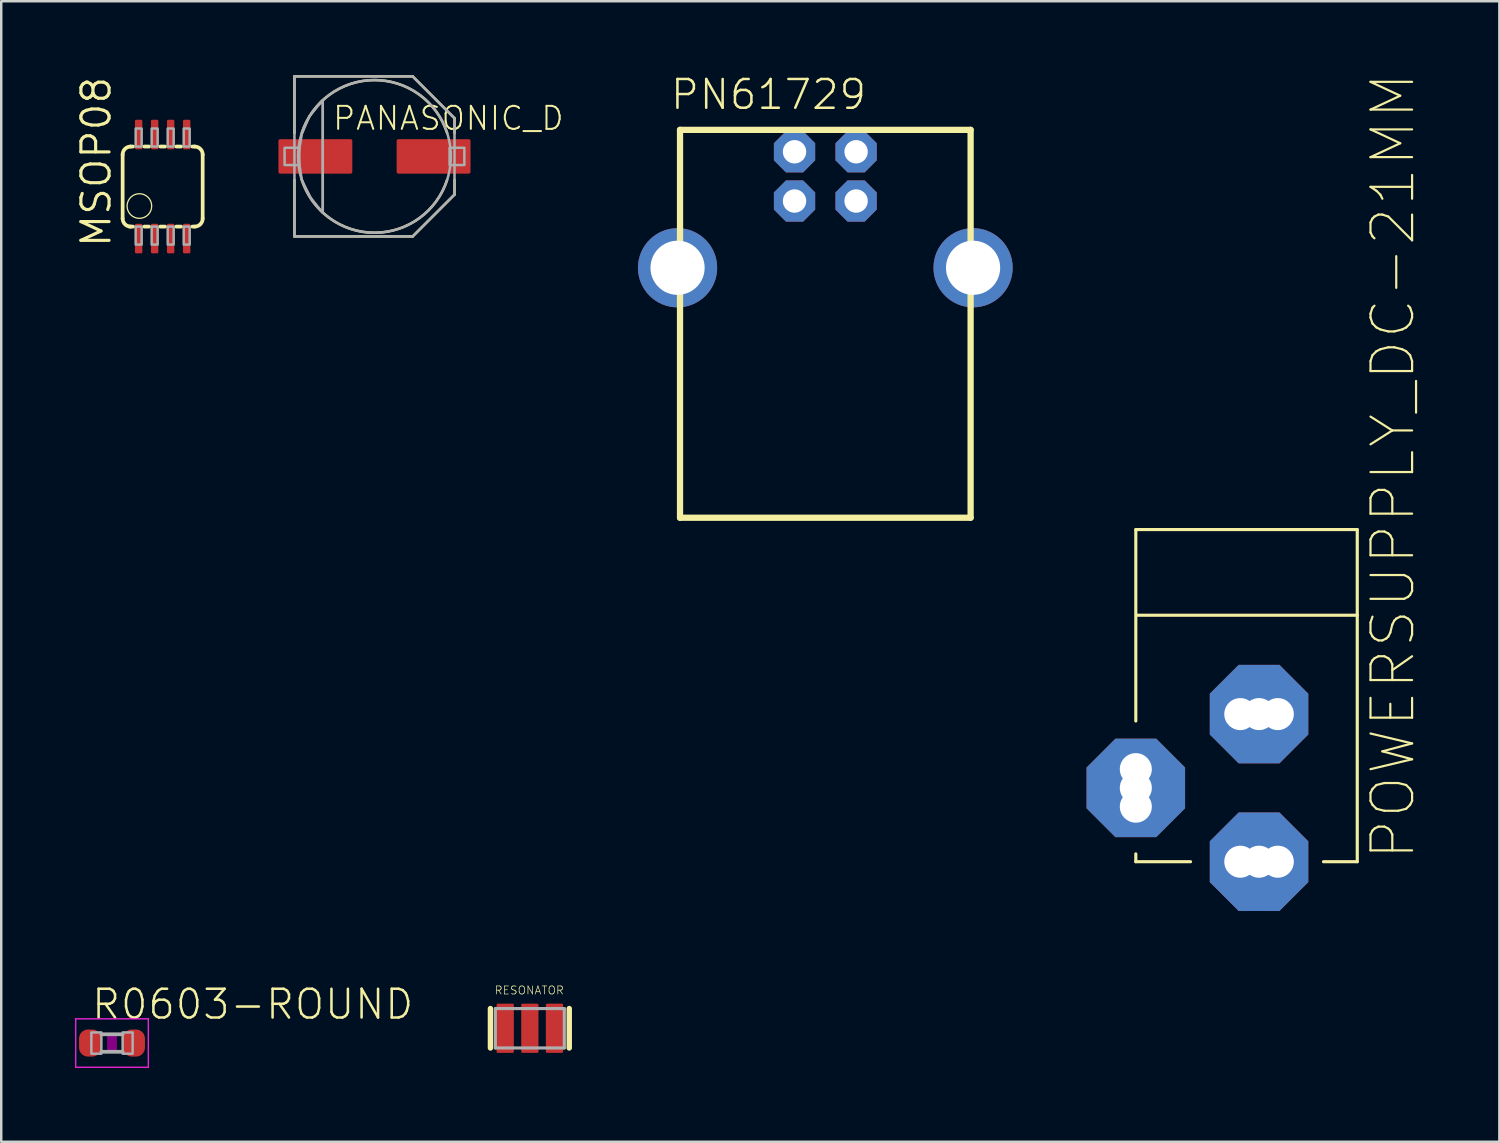
<source format=kicad_pcb>
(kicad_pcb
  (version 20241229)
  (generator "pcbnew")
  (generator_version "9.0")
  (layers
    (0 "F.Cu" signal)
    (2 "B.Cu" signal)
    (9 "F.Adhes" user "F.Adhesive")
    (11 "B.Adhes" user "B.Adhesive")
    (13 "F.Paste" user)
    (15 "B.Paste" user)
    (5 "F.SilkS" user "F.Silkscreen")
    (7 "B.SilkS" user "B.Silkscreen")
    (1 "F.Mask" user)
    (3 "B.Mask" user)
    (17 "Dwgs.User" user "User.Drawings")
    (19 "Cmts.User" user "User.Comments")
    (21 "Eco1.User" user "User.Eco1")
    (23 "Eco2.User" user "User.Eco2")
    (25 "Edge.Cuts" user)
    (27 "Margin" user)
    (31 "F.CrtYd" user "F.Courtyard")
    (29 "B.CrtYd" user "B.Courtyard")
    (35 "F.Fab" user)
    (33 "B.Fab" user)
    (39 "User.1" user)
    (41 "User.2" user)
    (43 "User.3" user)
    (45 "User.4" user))
  (footprint "MSOP08"
    (layer "F.Cu")
    (at 3.556 4.525)
    (property "Reference" "MSOP08" (at -2.032 2.54 90) (layer "F.SilkS") (effects (font (size 1.143 1.143) (thickness 0.127)) (justify left bottom)))
    (fp_line (start -1.626 1.301) (end -1.626 -1.299) (stroke (width 0.152) (type solid)) (layer "F.SilkS"))
    (fp_line (start -1.341 1.626) (end -1.204 1.626) (stroke (width 0.152) (type solid)) (layer "F.SilkS"))
    (fp_line (start -1.301 -1.624) (end -1.204 -1.624) (stroke (width 0.152) (type solid)) (layer "F.SilkS"))
    (fp_line (start -0.747 -1.624) (end -0.554 -1.624) (stroke (width 0.152) (type solid)) (layer "F.SilkS"))
    (fp_line (start -0.747 1.626) (end -0.554 1.626) (stroke (width 0.152) (type solid)) (layer "F.SilkS"))
    (fp_line (start -0.097 -1.624) (end 0.096 -1.624) (stroke (width 0.152) (type solid)) (layer "F.SilkS"))
    (fp_line (start -0.097 1.626) (end 0.096 1.626) (stroke (width 0.152) (type solid)) (layer "F.SilkS"))
    (fp_line (start 0.553 -1.624) (end 0.746 -1.624) (stroke (width 0.152) (type solid)) (layer "F.SilkS"))
    (fp_line (start 0.553 1.626) (end 0.746 1.626) (stroke (width 0.152) (type solid)) (layer "F.SilkS"))
    (fp_line (start 1.203 -1.624) (end 1.299 -1.624) (stroke (width 0.152) (type solid)) (layer "F.SilkS"))
    (fp_line (start 1.203 1.626) (end 1.299 1.626) (stroke (width 0.152) (type solid)) (layer "F.SilkS"))
    (fp_line (start 1.624 -1.299) (end 1.624 1.301) (stroke (width 0.152) (type solid)) (layer "F.SilkS"))
    (fp_arc (start -1.626 -1.299) (mid -1.53081 -1.52881) (end -1.301 -1.624) (stroke (width 0.1524) (type solid)) (layer "F.SilkS"))
    (fp_arc (start -1.301 1.626) (mid -1.53081 1.53081) (end -1.626 1.301) (stroke (width 0.1524) (type solid)) (layer "F.SilkS"))
    (fp_arc (start 1.299 -1.624) (mid 1.52881 -1.52881) (end 1.624 -1.299) (stroke (width 0.1524) (type solid)) (layer "F.SilkS"))
    (fp_arc (start 1.624 1.301) (mid 1.52881 1.53081) (end 1.299 1.626) (stroke (width 0.1524) (type solid)) (layer "F.SilkS"))
    (fp_circle (center -0.946 0.791) (end -0.446 0.791) (stroke (width 0.051) (type solid)) (fill no) (layer "F.SilkS"))
    (fp_poly (pts (xy -1.097 -1.624) (xy -0.854 -1.624) (xy -0.854 -2.356) (xy -1.097 -2.356)) (stroke (width 0.1) (type solid)) (fill no) (layer "F.Fab"))
    (fp_poly (pts (xy -1.097 2.357) (xy -0.854 2.357) (xy -0.854 1.626) (xy -1.097 1.626)) (stroke (width 0.1) (type solid)) (fill no) (layer "F.Fab"))
    (fp_poly (pts (xy -0.448 -1.624) (xy -0.204 -1.624) (xy -0.204 -2.356) (xy -0.448 -2.356)) (stroke (width 0.1) (type solid)) (fill no) (layer "F.Fab"))
    (fp_poly (pts (xy -0.448 2.357) (xy -0.204 2.357) (xy -0.204 1.626) (xy -0.448 1.626)) (stroke (width 0.1) (type solid)) (fill no) (layer "F.Fab"))
    (fp_poly (pts (xy 0.203 -1.624) (xy 0.446 -1.624) (xy 0.446 -2.356) (xy 0.203 -2.356)) (stroke (width 0.1) (type solid)) (fill no) (layer "F.Fab"))
    (fp_poly (pts (xy 0.203 2.357) (xy 0.446 2.357) (xy 0.446 1.626) (xy 0.203 1.626)) (stroke (width 0.1) (type solid)) (fill no) (layer "F.Fab"))
    (fp_poly (pts (xy 0.853 -1.624) (xy 1.096 -1.624) (xy 1.096 -2.356) (xy 0.853 -2.356)) (stroke (width 0.1) (type solid)) (fill no) (layer "F.Fab"))
    (fp_poly (pts (xy 0.853 2.357) (xy 1.096 2.357) (xy 1.096 1.626) (xy 0.853 1.626)) (stroke (width 0.1) (type solid)) (fill no) (layer "F.Fab"))
    (pad "1" smd roundrect (at -0.976 2.113) (size 0.3 1.2) (layers "F.Cu" "F.Mask" "F.Paste") (roundrect_rratio 0.169))
    (pad "2" smd roundrect (at -0.326 2.113) (size 0.3 1.2) (layers "F.Cu" "F.Mask" "F.Paste") (roundrect_rratio 0.169))
    (pad "3" smd roundrect (at 0.324 2.113) (size 0.3 1.2) (layers "F.Cu" "F.Mask" "F.Paste") (roundrect_rratio 0.169))
    (pad "4" smd roundrect (at 0.974 2.113) (size 0.3 1.2) (layers "F.Cu" "F.Mask" "F.Paste") (roundrect_rratio 0.169))
    (pad "5" smd roundrect (at 0.974 -2.112) (size 0.3 1.2) (layers "F.Cu" "F.Mask" "F.Paste") (roundrect_rratio 0.169))
    (pad "6" smd roundrect (at 0.324 -2.112) (size 0.3 1.2) (layers "F.Cu" "F.Mask" "F.Paste") (roundrect_rratio 0.169))
    (pad "7" smd roundrect (at -0.326 -2.112) (size 0.3 1.2) (layers "F.Cu" "F.Mask" "F.Paste") (roundrect_rratio 0.169))
    (pad "8" smd roundrect (at -0.976 -2.112) (size 0.3 1.2) (layers "F.Cu" "F.Mask" "F.Paste") (roundrect_rratio 0.169)))
  (footprint "PANASONIC_D"
    (layer "F.Cu")
    (at 12.156 3.301)
    (property "Reference" "PANASONIC_D" (at -1.75 -1 0) (layer "F.SilkS") (effects (font (size 0.935 0.935) (thickness 0.081)) (justify left bottom)))
    (fp_line (start -3.25 -3.25) (end 1.55 -3.25) (stroke (width 0.102) (type solid)) (layer "F.SilkS"))
    (fp_line (start -3.25 -0.95) (end -3.25 -3.25) (stroke (width 0.102) (type solid)) (layer "F.SilkS"))
    (fp_line (start -3.25 3.25) (end -3.25 0.95) (stroke (width 0.102) (type solid)) (layer "F.SilkS"))
    (fp_line (start 1.55 -3.25) (end 3.25 -1.55) (stroke (width 0.102) (type solid)) (layer "F.SilkS"))
    (fp_line (start 1.55 3.25) (end -3.25 3.25) (stroke (width 0.102) (type solid)) (layer "F.SilkS"))
    (fp_line (start 3.25 -1.55) (end 3.25 -0.95) (stroke (width 0.102) (type solid)) (layer "F.SilkS"))
    (fp_line (start 3.25 0.95) (end 3.25 1.55) (stroke (width 0.102) (type solid)) (layer "F.SilkS"))
    (fp_line (start 3.25 1.55) (end 1.55 3.25) (stroke (width 0.102) (type solid)) (layer "F.SilkS"))
    (fp_arc (start -2.95 -0.95) (mid 0 -3.099193) (end 2.95 -0.95) (stroke (width 0.1016) (type solid)) (layer "F.SilkS"))
    (fp_arc (start 2.95 0.95) (mid 0 3.099193) (end -2.95 0.95) (stroke (width 0.1016) (type solid)) (layer "F.SilkS"))
    (fp_line (start -3.25 -3.25) (end 1.55 -3.25) (stroke (width 0.102) (type solid)) (layer "F.Fab"))
    (fp_line (start -3.25 3.25) (end -3.25 -3.25) (stroke (width 0.102) (type solid)) (layer "F.Fab"))
    (fp_line (start -2.1 -2.25) (end -2.1 2.2) (stroke (width 0.102) (type solid)) (layer "F.Fab"))
    (fp_line (start 1.55 -3.25) (end 3.25 -1.55) (stroke (width 0.102) (type solid)) (layer "F.Fab"))
    (fp_line (start 1.55 3.25) (end -3.25 3.25) (stroke (width 0.102) (type solid)) (layer "F.Fab"))
    (fp_line (start 3.25 -1.55) (end 3.25 1.55) (stroke (width 0.102) (type solid)) (layer "F.Fab"))
    (fp_line (start 3.25 1.55) (end 1.55 3.25) (stroke (width 0.102) (type solid)) (layer "F.Fab"))
    (fp_circle (center 0 0) (end 3.1 0) (stroke (width 0.102) (type solid)) (fill no) (layer "F.Fab"))
    (fp_poly (pts (xy -3.65 0.35) (xy -3.05 0.35) (xy -3.05 -0.35) (xy -3.65 -0.35)) (stroke (width 0.1) (type solid)) (fill no) (layer "F.Fab"))
    (fp_poly (pts (xy 3.05 0.35) (xy 3.65 0.35) (xy 3.65 -0.35) (xy 3.05 -0.35)) (stroke (width 0.1) (type solid)) (fill no) (layer "F.Fab"))
    (fp_poly (pts (xy -2.099 2.295) (xy -2.593 1.678) (xy -2.949 0.966) (xy -3.101 -0.00022) (xy -2.949 -0.914) (xy -2.644 -1.627) (xy -2.099 -2.292)) (stroke (width 0.1) (type solid)) (fill no) (layer "F.Fab"))
    (pad "+" smd roundrect (at 2.4 0) (size 3 1.4) (layers "F.Cu" "F.Mask" "F.Paste") (roundrect_rratio 0.05))
    (pad "-" smd roundrect (at -2.4 0) (size 3 1.4) (layers "F.Cu" "F.Mask" "F.Paste") (roundrect_rratio 0.05)))
  (footprint "POWERSUPPLY_DC-21MM"
    (layer "F.Cu")
    (at 48.151 25.591)
    (property "Reference" "POWERSUPPLY_DC-21MM" (at 6.35 6.35 90) (layer "F.SilkS") (effects (font (size 1.689 1.689) (thickness 0.089)) (justify left bottom)))
    (fp_line (start -5.08 -7.137) (end -5.08 0.635) (stroke (width 0.127) (type solid)) (layer "F.SilkS"))
    (fp_line (start -5.08 6.35) (end -5.08 6.032) (stroke (width 0.127) (type solid)) (layer "F.SilkS"))
    (fp_line (start -5.055 -3.658) (end 3.912 -3.658) (stroke (width 0.127) (type solid)) (layer "F.SilkS"))
    (fp_line (start -2.857 6.35) (end -5.08 6.35) (stroke (width 0.127) (type solid)) (layer "F.SilkS"))
    (fp_line (start 2.54 6.35) (end 3.912 6.35) (stroke (width 0.127) (type solid)) (layer "F.SilkS"))
    (fp_line (start 3.912 -7.137) (end -5.08 -7.137) (stroke (width 0.127) (type solid)) (layer "F.SilkS"))
    (fp_line (start 3.912 -3.658) (end 3.912 -7.137) (stroke (width 0.127) (type solid)) (layer "F.SilkS"))
    (fp_line (start 3.912 6.35) (end 3.912 -3.658) (stroke (width 0.127) (type solid)) (layer "F.SilkS"))
    (pad "1" thru_hole roundrect (at -5.08 3.353 90) (size 4 4) (drill 1.3) (layers "*.Cu" "*.Mask") (roundrect_rratio 0.25) (chamfer_ratio 0.293) (chamfer top_left top_right bottom_left bottom_right))
    (pad "2" thru_hole roundrect (at -0.076 6.35) (size 4 4) (drill 1.3) (layers "*.Cu" "*.Mask") (roundrect_rratio 0.25) (chamfer_ratio 0.293) (chamfer top_left top_right bottom_left bottom_right))
    (pad "3" thru_hole roundrect (at -0.076 0.356) (size 4 4) (drill 1.3) (layers "*.Cu" "*.Mask") (roundrect_rratio 0.25) (chamfer_ratio 0.293) (chamfer top_left top_right bottom_left bottom_right))
    (pad "4" thru_hole circle (at -5.08 4.115) (size 1.95 1.95) (drill 1.3) (layers "*.Cu" "*.Mask"))
    (pad "5" thru_hole circle (at -5.08 2.591) (size 1.95 1.95) (drill 1.3) (layers "*.Cu" "*.Mask"))
    (pad "6" thru_hole circle (at -0.838 0.356) (size 1.95 1.95) (drill 1.3) (layers "*.Cu" "*.Mask"))
    (pad "7" thru_hole circle (at 0.686 0.356) (size 1.95 1.95) (drill 1.3) (layers "*.Cu" "*.Mask"))
    (pad "8" thru_hole circle (at -0.838 6.35) (size 1.95 1.95) (drill 1.3) (layers "*.Cu" "*.Mask"))
    (pad "9" thru_hole circle (at 0.686 6.35) (size 1.95 1.95) (drill 1.3) (layers "*.Cu" "*.Mask")))
  (footprint "R0603-ROUND"
    (layer "F.Cu")
    (at 1.498 39.304)
    (property "Reference" "R0603-ROUND" (at -0.889 -0.889 0) (layer "F.SilkS") (effects (font (size 1.168 1.168) (thickness 0.102)) (justify left bottom)))
    (fp_poly (pts (xy -0.2 0.4) (xy 0.2 0.4) (xy 0.2 -0.4) (xy -0.2 -0.4)) (stroke (width 0) (type solid)) (fill yes) (layer "F.Adhes"))
    (fp_line (start -1.473 -0.983) (end 1.473 -0.983) (stroke (width 0.051) (type solid)) (layer "F.CrtYd"))
    (fp_line (start -1.473 0.983) (end -1.473 -0.983) (stroke (width 0.051) (type solid)) (layer "F.CrtYd"))
    (fp_line (start 1.473 -0.983) (end 1.473 0.983) (stroke (width 0.051) (type solid)) (layer "F.CrtYd"))
    (fp_line (start 1.473 0.983) (end -1.473 0.983) (stroke (width 0.051) (type solid)) (layer "F.CrtYd"))
    (fp_line (start -0.432 0.356) (end 0.432 0.356) (stroke (width 0.152) (type solid)) (layer "F.Fab"))
    (fp_line (start 0.432 -0.356) (end -0.432 -0.356) (stroke (width 0.152) (type solid)) (layer "F.Fab"))
    (fp_poly (pts (xy -0.838 0.432) (xy -0.432 0.432) (xy -0.432 -0.432) (xy -0.838 -0.432)) (stroke (width 0.1) (type solid)) (fill no) (layer "F.Fab"))
    (fp_poly (pts (xy 0.432 0.432) (xy 0.838 0.432) (xy 0.838 -0.432) (xy 0.432 -0.432)) (stroke (width 0.1) (type solid)) (fill no) (layer "F.Fab"))
    (pad "1" smd roundrect (at -0.889 0) (size 0.898 1.1) (layers "F.Cu" "F.Mask" "F.Paste") (roundrect_rratio 0.4))
    (pad "2" smd roundrect (at 0.889 0) (size 0.898 1.1) (layers "F.Cu" "F.Mask" "F.Paste") (roundrect_rratio 0.4)))
  (footprint "RESONATOR"
    (layer "F.Cu")
    (at 18.465 38.704)
    (property "Reference" "RESONATOR" (at -1.45 -1.35 0) (layer "F.SilkS") (effects (font (size 0.327 0.327) (thickness 0.028)) (justify left bottom)))
    (fp_line (start -1.6 -0.8) (end -1.6 0.8) (stroke (width 0.22) (type solid)) (layer "F.SilkS"))
    (fp_line (start 1.6 -0.8) (end 1.6 0.8) (stroke (width 0.22) (type solid)) (layer "F.SilkS"))
    (fp_line (start -1.4 -0.8) (end 1.4 -0.8) (stroke (width 0.127) (type solid)) (layer "F.Fab"))
    (fp_line (start -1.4 0.8) (end -1.4 -0.8) (stroke (width 0.127) (type solid)) (layer "F.Fab"))
    (fp_line (start 1.4 -0.8) (end 1.4 0.8) (stroke (width 0.127) (type solid)) (layer "F.Fab"))
    (fp_line (start 1.4 0.8) (end -1.4 0.8) (stroke (width 0.127) (type solid)) (layer "F.Fab"))
    (pad "1" smd roundrect (at -1 0 90) (size 2 0.7) (layers "F.Cu" "F.Mask" "F.Paste") (roundrect_rratio 0.073))
    (pad "2" smd roundrect (at 0 0 90) (size 2 0.7) (layers "F.Cu" "F.Mask" "F.Paste") (roundrect_rratio 0.073))
    (pad "3" smd roundrect (at 1 0 90) (size 2 0.7) (layers "F.Cu" "F.Mask" "F.Paste") (roundrect_rratio 0.073)))
  (footprint "PN61729"
    (layer "F.Cu")
    (at 30.463 7.823)
    (property "Reference" "PN61729" (at -6.35 -6.35 0) (layer "F.SilkS") (effects (font (size 1.168 1.168) (thickness 0.102)) (justify left bottom)))
    (fp_line (start -5.9 -5.6) (end -5.9 10.15) (stroke (width 0.254) (type solid)) (layer "F.SilkS"))
    (fp_line (start -5.9 10.15) (end 5.9 10.15) (stroke (width 0.254) (type solid)) (layer "F.SilkS"))
    (fp_line (start 5.9 -5.6) (end -5.9 -5.6) (stroke (width 0.254) (type solid)) (layer "F.SilkS"))
    (fp_line (start 5.9 10.15) (end 5.9 -5.6) (stroke (width 0.254) (type solid)) (layer "F.SilkS"))
    (pad "1" thru_hole roundrect (at 1.25 -4.71) (size 1.676 1.676) (drill 0.95) (layers "*.Cu" "*.Mask") (roundrect_rratio 0.25) (chamfer_ratio 0.293) (chamfer top_left top_right bottom_left bottom_right))
    (pad "2" thru_hole roundrect (at -1.25 -4.71) (size 1.676 1.676) (drill 0.95) (layers "*.Cu" "*.Mask") (roundrect_rratio 0.25) (chamfer_ratio 0.293) (chamfer top_left top_right bottom_left bottom_right))
    (pad "3" thru_hole roundrect (at -1.25 -2.71) (size 1.676 1.676) (drill 0.95) (layers "*.Cu" "*.Mask") (roundrect_rratio 0.25) (chamfer_ratio 0.293) (chamfer top_left top_right bottom_left bottom_right))
    (pad "4" thru_hole roundrect (at 1.25 -2.71) (size 1.676 1.676) (drill 0.95) (layers "*.Cu" "*.Mask") (roundrect_rratio 0.25) (chamfer_ratio 0.293) (chamfer top_left top_right bottom_left bottom_right))
    (pad "P$1" thru_hole circle (at -6 0) (size 3.216 3.216) (drill 2.2) (layers "*.Cu" "*.Mask"))
    (pad "P$2" thru_hole circle (at 6 0) (size 3.216 3.216) (drill 2.2) (layers "*.Cu" "*.Mask")))
  (gr_rect
    (start -3 -3)
    (end 57.833 43.312)
    (stroke (width 0.1) (type default))
    (fill no)
    (layer "Edge.Cuts")))
</source>
